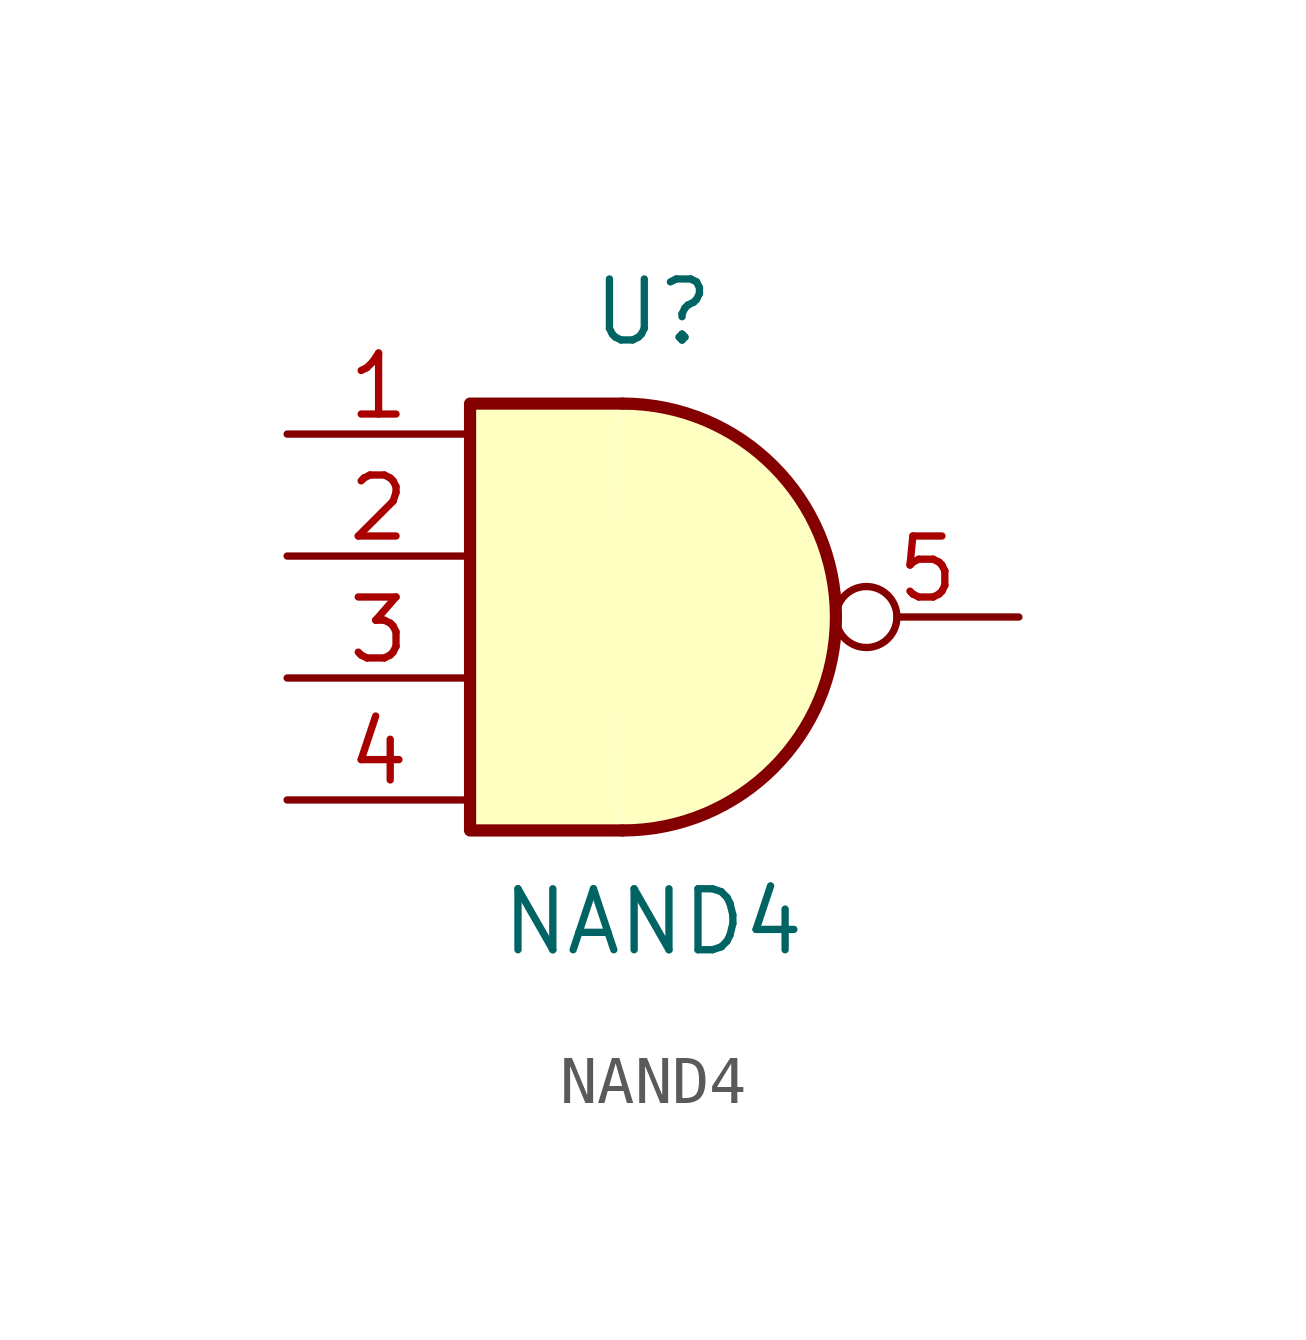
<source format=kicad_sym>
(kicad_symbol_lib
  (version 20211014)
  (generator kicad_symbol_editor)
  (symbol "NAND4"
    (pin_names
      (offset 1.016) hide)
    (property "Reference" "U"
      (at 0 6.35 0)
      (effects (font (size 1.27 1.27))))
    (property "Value" "NAND4"
      (at 0 -6.35 0)
      (effects (font (size 1.27 1.27))))
    (symbol "NAND4_1_1"
      (arc (start -0.635 -4.445) (mid 3.81 0) (end -0.635 4.445) (stroke (width 0.254) (type default) (color 0 0 0 0)) (fill (type background)))
      (polyline (pts (xy -0.635 4.445) (xy -3.81 4.445) (xy -3.81 -4.445) (xy -0.635 -4.445)) (stroke (width 0.254) (type default) (color 0 0 0 0)) (fill (type background)))
      (pin input line (at -7.62 3.81 0) (length 3.81) (name "A" (effects (font (size 1.27 1.27)))) (number "1" (effects (font (size 1.27 1.27)))))
      (pin input line (at -7.62 1.27 0) (length 3.81) (name "B" (effects (font (size 1.27 1.27)))) (number "2" (effects (font (size 1.27 1.27)))))
      (pin input line (at -7.62 -1.27 0) (length 3.81) (name "C" (effects (font (size 1.27 1.27)))) (number "3" (effects (font (size 1.27 1.27)))))
      (pin input line (at -7.62 -3.81 0) (length 3.81) (name "D" (effects (font (size 1.27 1.27)))) (number "4" (effects (font (size 1.27 1.27)))))
      (pin output inverted (at 7.62 0 180) (length 3.81) (name "Y" (effects (font (size 1.27 1.27)))) (number "5" (effects (font (size 1.27 1.27))))))))
</source>
